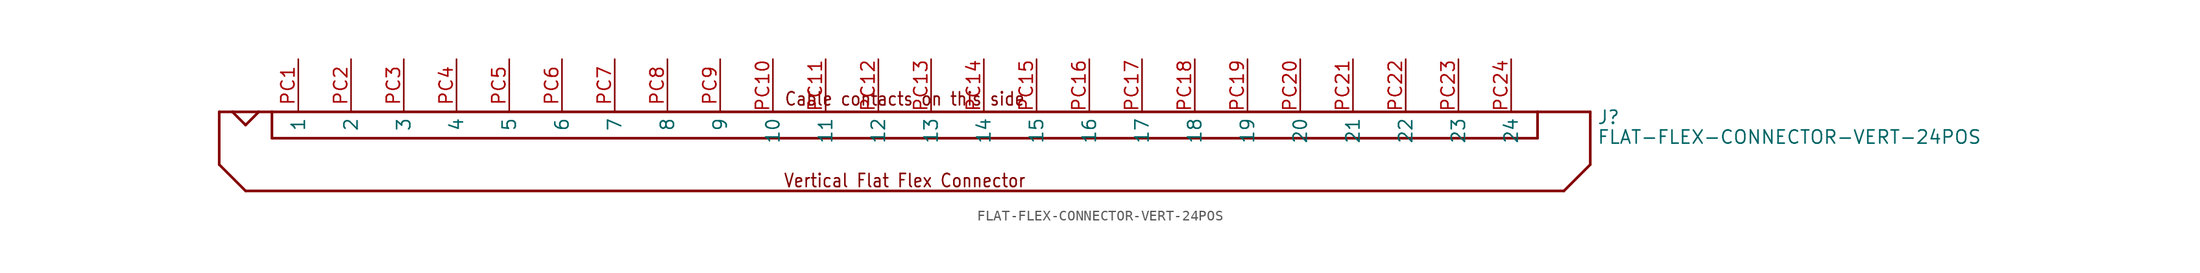
<source format=kicad_sym>
(kicad_symbol_lib
  (version 20211014)
  (generator kicad_symbol_editor)
  (symbol "FLAT-FLEX-CONNECTOR-VERT-24POS"
    (pin_names)
    (property "Reference" "J"
      (at 66.675 1.27 0)
      (effects (font (size 1.27 1.27)) (justify left bottom)))
    (property "Value" "FLAT-FLEX-CONNECTOR-VERT-24POS"
      (at 66.675 -0.635 0)
      (effects (font (size 1.27 1.27)) (justify left bottom)))
    (property "Datasheet" ""
      (at 0 0 0))
    (property "ki_description" "FLAT-FLEX-CONNECTOR-VERT-24POS  - Flat Flex Connector 24 position Vertical Technical Specifications: Number of Positions: 24 Contact: One Side Mount: Vertical "
      (at 0 0 0))
    (property "ki_fp_filters" "FlashPCB_Connectors:FLAT-FLEX-CONNECTOR-MOLEX-52610-VERT-24POS"
      (at 0 0 0))
    (symbol "FLAT-FLEX-CONNECTOR-VERT-24POS_1_1"
      (text "Cable contacts on this side" (at 0 3.048 0) (effects (font (size 1.27 1.086)) (justify bottom)))
      (text "Vertical Flat Flex Connector" (at 0 -4.826 0) (effects (font (size 1.27 1.086)) (justify bottom)))
      (polyline (pts (xy -66.04 2.54) (xy -66.04 -2.54)) (stroke (width 0.254)) (fill (type none)))
      (polyline (pts (xy -66.04 -2.54) (xy -63.5 -5.08)) (stroke (width 0.254)) (fill (type none)))
      (polyline (pts (xy -63.5 -5.08) (xy 63.5 -5.08)) (stroke (width 0.254)) (fill (type none)))
      (polyline (pts (xy 63.5 -5.08) (xy 66.04 -2.54)) (stroke (width 0.254)) (fill (type none)))
      (polyline (pts (xy 66.04 -2.54) (xy 66.04 2.54)) (stroke (width 0.254)) (fill (type none)))
      (polyline (pts (xy 66.04 2.54) (xy 60.96 2.54)) (stroke (width 0.254)) (fill (type none)))
      (polyline (pts (xy 60.96 2.54) (xy 60.96 0)) (stroke (width 0.254)) (fill (type none)))
      (polyline (pts (xy 60.96 0) (xy -60.96 0)) (stroke (width 0.254)) (fill (type none)))
      (polyline (pts (xy -60.96 0) (xy -60.96 2.54)) (stroke (width 0.254)) (fill (type none)))
      (polyline (pts (xy -60.96 2.54) (xy -62.23 2.54)) (stroke (width 0.254)) (fill (type none)))
      (polyline (pts (xy -62.23 2.54) (xy -64.77 2.54)) (stroke (width 0.254)) (fill (type none)))
      (polyline (pts (xy -64.77 2.54) (xy -66.04 2.54)) (stroke (width 0.254)) (fill (type none)))
      (polyline (pts (xy -60.96 2.54) (xy 60.96 2.54)) (stroke (width 0.254)) (fill (type none)))
      (polyline (pts (xy -64.77 2.54) (xy -63.5 1.27)) (stroke (width 0.254)) (fill (type none)))
      (polyline (pts (xy -63.5 1.27) (xy -62.23 2.54)) (stroke (width 0.254)) (fill (type none)))
      (pin bidirectional line (at -58.42 7.62 270) (length 5.08) (name "1" (effects (font (size 1.27 1.27)))) (number "PC1" (effects (font (size 1.27 1.27)))))
      (pin bidirectional line (at -58.42 7.62 270) (length 5.08) hide (name "1" (effects (font (size 1.27 1.27)))) (number "PS1" (effects (font (size 1.27 1.27)))))
      (pin bidirectional line (at -53.34 7.62 270) (length 5.08) (name "2" (effects (font (size 1.27 1.27)))) (number "PC2" (effects (font (size 1.27 1.27)))))
      (pin bidirectional line (at -53.34 7.62 270) (length 5.08) hide (name "2" (effects (font (size 1.27 1.27)))) (number "PS2" (effects (font (size 1.27 1.27)))))
      (pin bidirectional line (at -48.26 7.62 270) (length 5.08) (name "3" (effects (font (size 1.27 1.27)))) (number "PC3" (effects (font (size 1.27 1.27)))))
      (pin bidirectional line (at -48.26 7.62 270) (length 5.08) hide (name "3" (effects (font (size 1.27 1.27)))) (number "PS3" (effects (font (size 1.27 1.27)))))
      (pin bidirectional line (at -43.18 7.62 270) (length 5.08) (name "4" (effects (font (size 1.27 1.27)))) (number "PC4" (effects (font (size 1.27 1.27)))))
      (pin bidirectional line (at -43.18 7.62 270) (length 5.08) hide (name "4" (effects (font (size 1.27 1.27)))) (number "PS4" (effects (font (size 1.27 1.27)))))
      (pin bidirectional line (at -38.1 7.62 270) (length 5.08) (name "5" (effects (font (size 1.27 1.27)))) (number "PC5" (effects (font (size 1.27 1.27)))))
      (pin bidirectional line (at -38.1 7.62 270) (length 5.08) hide (name "5" (effects (font (size 1.27 1.27)))) (number "PS5" (effects (font (size 1.27 1.27)))))
      (pin bidirectional line (at -33.02 7.62 270) (length 5.08) (name "6" (effects (font (size 1.27 1.27)))) (number "PC6" (effects (font (size 1.27 1.27)))))
      (pin bidirectional line (at -33.02 7.62 270) (length 5.08) hide (name "6" (effects (font (size 1.27 1.27)))) (number "PS6" (effects (font (size 1.27 1.27)))))
      (pin bidirectional line (at -27.94 7.62 270) (length 5.08) (name "7" (effects (font (size 1.27 1.27)))) (number "PC7" (effects (font (size 1.27 1.27)))))
      (pin bidirectional line (at -27.94 7.62 270) (length 5.08) hide (name "7" (effects (font (size 1.27 1.27)))) (number "PS7" (effects (font (size 1.27 1.27)))))
      (pin bidirectional line (at -22.86 7.62 270) (length 5.08) (name "8" (effects (font (size 1.27 1.27)))) (number "PC8" (effects (font (size 1.27 1.27)))))
      (pin bidirectional line (at -22.86 7.62 270) (length 5.08) hide (name "8" (effects (font (size 1.27 1.27)))) (number "PS8" (effects (font (size 1.27 1.27)))))
      (pin bidirectional line (at -17.78 7.62 270) (length 5.08) (name "9" (effects (font (size 1.27 1.27)))) (number "PC9" (effects (font (size 1.27 1.27)))))
      (pin bidirectional line (at -17.78 7.62 270) (length 5.08) hide (name "9" (effects (font (size 1.27 1.27)))) (number "PS9" (effects (font (size 1.27 1.27)))))
      (pin bidirectional line (at -12.7 7.62 270) (length 5.08) (name "10" (effects (font (size 1.27 1.27)))) (number "PC10" (effects (font (size 1.27 1.27)))))
      (pin bidirectional line (at -12.7 7.62 270) (length 5.08) hide (name "10" (effects (font (size 1.27 1.27)))) (number "PS10" (effects (font (size 1.27 1.27)))))
      (pin bidirectional line (at -7.62 7.62 270) (length 5.08) (name "11" (effects (font (size 1.27 1.27)))) (number "PC11" (effects (font (size 1.27 1.27)))))
      (pin bidirectional line (at -7.62 7.62 270) (length 5.08) hide (name "11" (effects (font (size 1.27 1.27)))) (number "PS11" (effects (font (size 1.27 1.27)))))
      (pin bidirectional line (at -2.54 7.62 270) (length 5.08) (name "12" (effects (font (size 1.27 1.27)))) (number "PC12" (effects (font (size 1.27 1.27)))))
      (pin bidirectional line (at -2.54 7.62 270) (length 5.08) hide (name "12" (effects (font (size 1.27 1.27)))) (number "PS12" (effects (font (size 1.27 1.27)))))
      (pin bidirectional line (at 2.54 7.62 270) (length 5.08) (name "13" (effects (font (size 1.27 1.27)))) (number "PC13" (effects (font (size 1.27 1.27)))))
      (pin bidirectional line (at 2.54 7.62 270) (length 5.08) hide (name "13" (effects (font (size 1.27 1.27)))) (number "PS13" (effects (font (size 1.27 1.27)))))
      (pin bidirectional line (at 7.62 7.62 270) (length 5.08) (name "14" (effects (font (size 1.27 1.27)))) (number "PC14" (effects (font (size 1.27 1.27)))))
      (pin bidirectional line (at 7.62 7.62 270) (length 5.08) hide (name "14" (effects (font (size 1.27 1.27)))) (number "PS14" (effects (font (size 1.27 1.27)))))
      (pin bidirectional line (at 12.7 7.62 270) (length 5.08) (name "15" (effects (font (size 1.27 1.27)))) (number "PC15" (effects (font (size 1.27 1.27)))))
      (pin bidirectional line (at 12.7 7.62 270) (length 5.08) hide (name "15" (effects (font (size 1.27 1.27)))) (number "PS15" (effects (font (size 1.27 1.27)))))
      (pin bidirectional line (at 17.78 7.62 270) (length 5.08) (name "16" (effects (font (size 1.27 1.27)))) (number "PC16" (effects (font (size 1.27 1.27)))))
      (pin bidirectional line (at 17.78 7.62 270) (length 5.08) hide (name "16" (effects (font (size 1.27 1.27)))) (number "PS16" (effects (font (size 1.27 1.27)))))
      (pin bidirectional line (at 22.86 7.62 270) (length 5.08) (name "17" (effects (font (size 1.27 1.27)))) (number "PC17" (effects (font (size 1.27 1.27)))))
      (pin bidirectional line (at 22.86 7.62 270) (length 5.08) hide (name "17" (effects (font (size 1.27 1.27)))) (number "PS17" (effects (font (size 1.27 1.27)))))
      (pin bidirectional line (at 27.94 7.62 270) (length 5.08) (name "18" (effects (font (size 1.27 1.27)))) (number "PC18" (effects (font (size 1.27 1.27)))))
      (pin bidirectional line (at 27.94 7.62 270) (length 5.08) hide (name "18" (effects (font (size 1.27 1.27)))) (number "PS18" (effects (font (size 1.27 1.27)))))
      (pin bidirectional line (at 33.02 7.62 270) (length 5.08) (name "19" (effects (font (size 1.27 1.27)))) (number "PC19" (effects (font (size 1.27 1.27)))))
      (pin bidirectional line (at 33.02 7.62 270) (length 5.08) hide (name "19" (effects (font (size 1.27 1.27)))) (number "PS19" (effects (font (size 1.27 1.27)))))
      (pin bidirectional line (at 38.1 7.62 270) (length 5.08) (name "20" (effects (font (size 1.27 1.27)))) (number "PC20" (effects (font (size 1.27 1.27)))))
      (pin bidirectional line (at 38.1 7.62 270) (length 5.08) hide (name "20" (effects (font (size 1.27 1.27)))) (number "PS20" (effects (font (size 1.27 1.27)))))
      (pin bidirectional line (at 43.18 7.62 270) (length 5.08) (name "21" (effects (font (size 1.27 1.27)))) (number "PC21" (effects (font (size 1.27 1.27)))))
      (pin bidirectional line (at 43.18 7.62 270) (length 5.08) hide (name "21" (effects (font (size 1.27 1.27)))) (number "PS21" (effects (font (size 1.27 1.27)))))
      (pin bidirectional line (at 48.26 7.62 270) (length 5.08) (name "22" (effects (font (size 1.27 1.27)))) (number "PC22" (effects (font (size 1.27 1.27)))))
      (pin bidirectional line (at 48.26 7.62 270) (length 5.08) hide (name "22" (effects (font (size 1.27 1.27)))) (number "PS22" (effects (font (size 1.27 1.27)))))
      (pin bidirectional line (at 53.34 7.62 270) (length 5.08) (name "23" (effects (font (size 1.27 1.27)))) (number "PC23" (effects (font (size 1.27 1.27)))))
      (pin bidirectional line (at 53.34 7.62 270) (length 5.08) hide (name "23" (effects (font (size 1.27 1.27)))) (number "PS23" (effects (font (size 1.27 1.27)))))
      (pin bidirectional line (at 58.42 7.62 270) (length 5.08) (name "24" (effects (font (size 1.27 1.27)))) (number "PC24" (effects (font (size 1.27 1.27)))))
      (pin bidirectional line (at 58.42 7.62 270) (length 5.08) hide (name "24" (effects (font (size 1.27 1.27)))) (number "PS24" (effects (font (size 1.27 1.27))))))))
</source>
